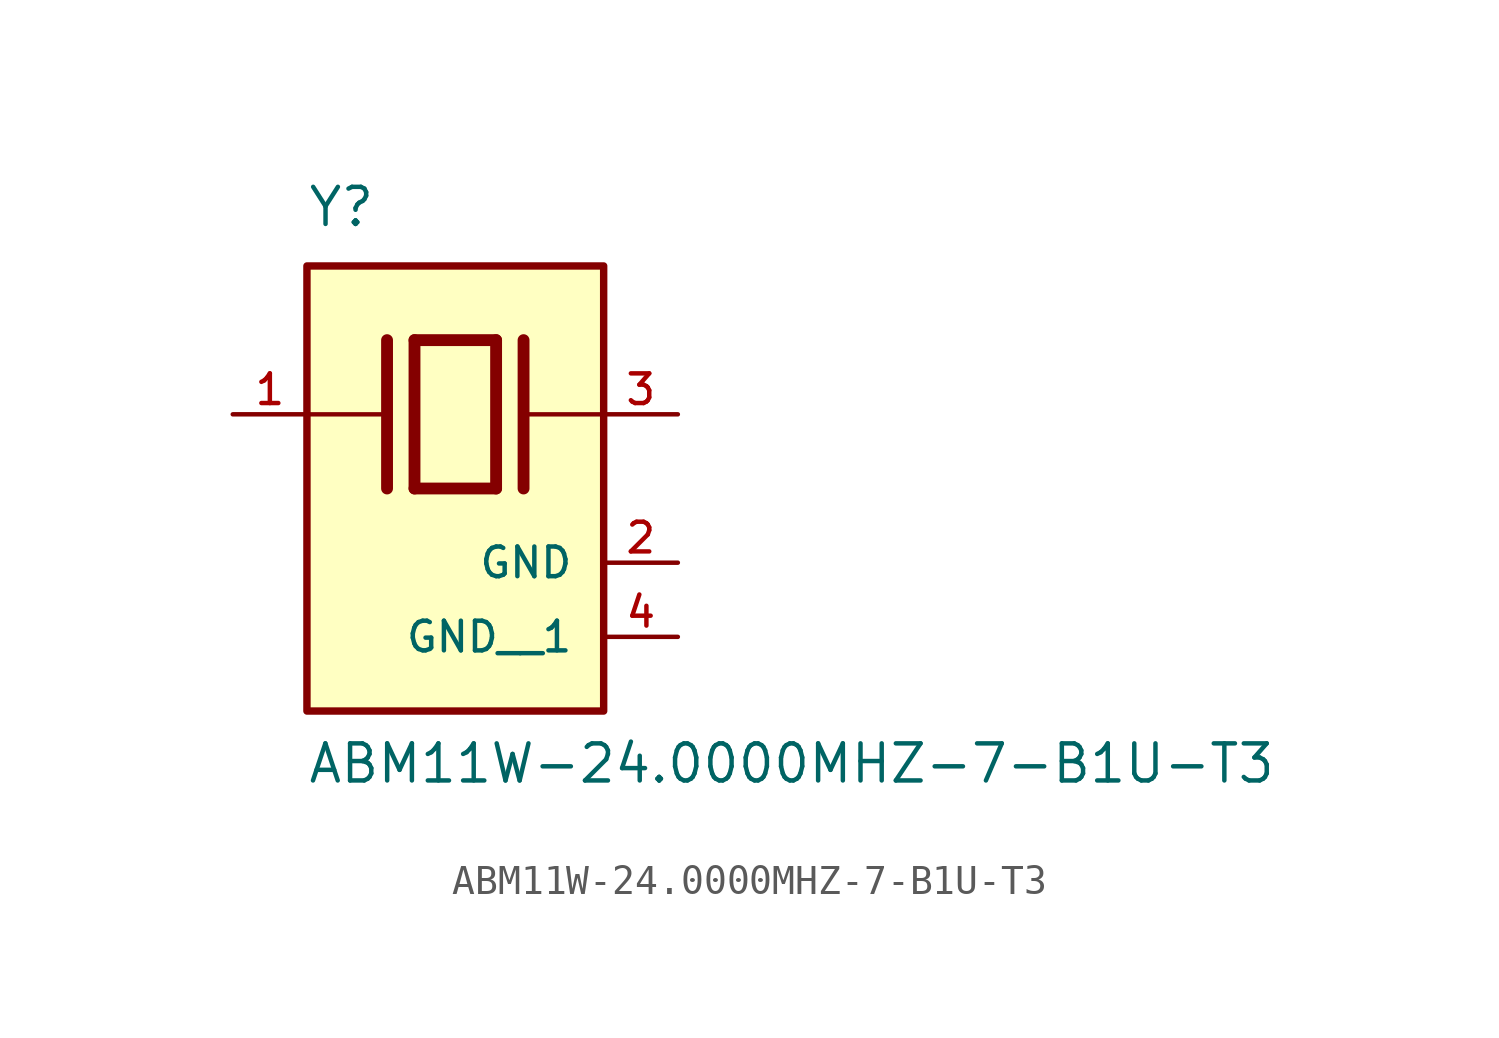
<source format=kicad_sym>
(kicad_symbol_lib
  (version 20211014)
  (generator kicad_symbol_editor)
  (symbol "ABM11W-24.0000MHZ-7-B1U-T3"
    (pin_names
      (offset 1.016))
    (property "Reference" "Y"
      (at -5.088 6.356 0)
      (effects (font (size 1.27 1.27)) (justify bottom left)))
    (property "Value" "ABM11W-24.0000MHZ-7-B1U-T3"
      (at -5.094 -12.7 0)
      (effects (font (size 1.27 1.27)) (justify bottom left)))
    (symbol "ABM11W-24.0000MHZ-7-B1U-T3_0_0"
      (polyline (pts (xy -1.397 2.54) (xy 1.397 2.54)) (stroke (width 0.406)))
      (polyline (pts (xy 1.397 2.54) (xy 1.397 -2.54)) (stroke (width 0.406)))
      (polyline (pts (xy 1.397 -2.54) (xy -1.397 -2.54)) (stroke (width 0.406)))
      (polyline (pts (xy -1.397 2.54) (xy -1.397 -2.54)) (stroke (width 0.406)))
      (polyline (pts (xy 2.337 2.54) (xy 2.337 -2.54)) (stroke (width 0.406)))
      (polyline (pts (xy -2.337 2.54) (xy -2.337 -2.54)) (stroke (width 0.406)))
      (polyline (pts (xy -5.08 0.0) (xy -2.54 0.0)) (stroke (width 0.152)))
      (polyline (pts (xy 2.54 0.0) (xy 5.08 0.0)) (stroke (width 0.152)))
      (rectangle (start -5.08 -10.16) (end 5.08 5.08) (stroke (width 0.254)) (fill (type background)))
      (pin passive line (at 7.62 0.0 180.0) (length 2.54) (name "~" (effects (font (size 1.016 1.016)))) (number "3" (effects (font (size 1.016 1.016)))))
      (pin passive line (at -7.62 0.0 0) (length 2.54) (name "~" (effects (font (size 1.016 1.016)))) (number "1" (effects (font (size 1.016 1.016)))))
      (pin power_in line (at 7.62 -5.08 180.0) (length 2.54) (name "GND" (effects (font (size 1.016 1.016)))) (number "2" (effects (font (size 1.016 1.016)))))
      (pin power_in line (at 7.62 -7.62 180.0) (length 2.54) (name "GND__1" (effects (font (size 1.016 1.016)))) (number "4" (effects (font (size 1.016 1.016))))))))
</source>
